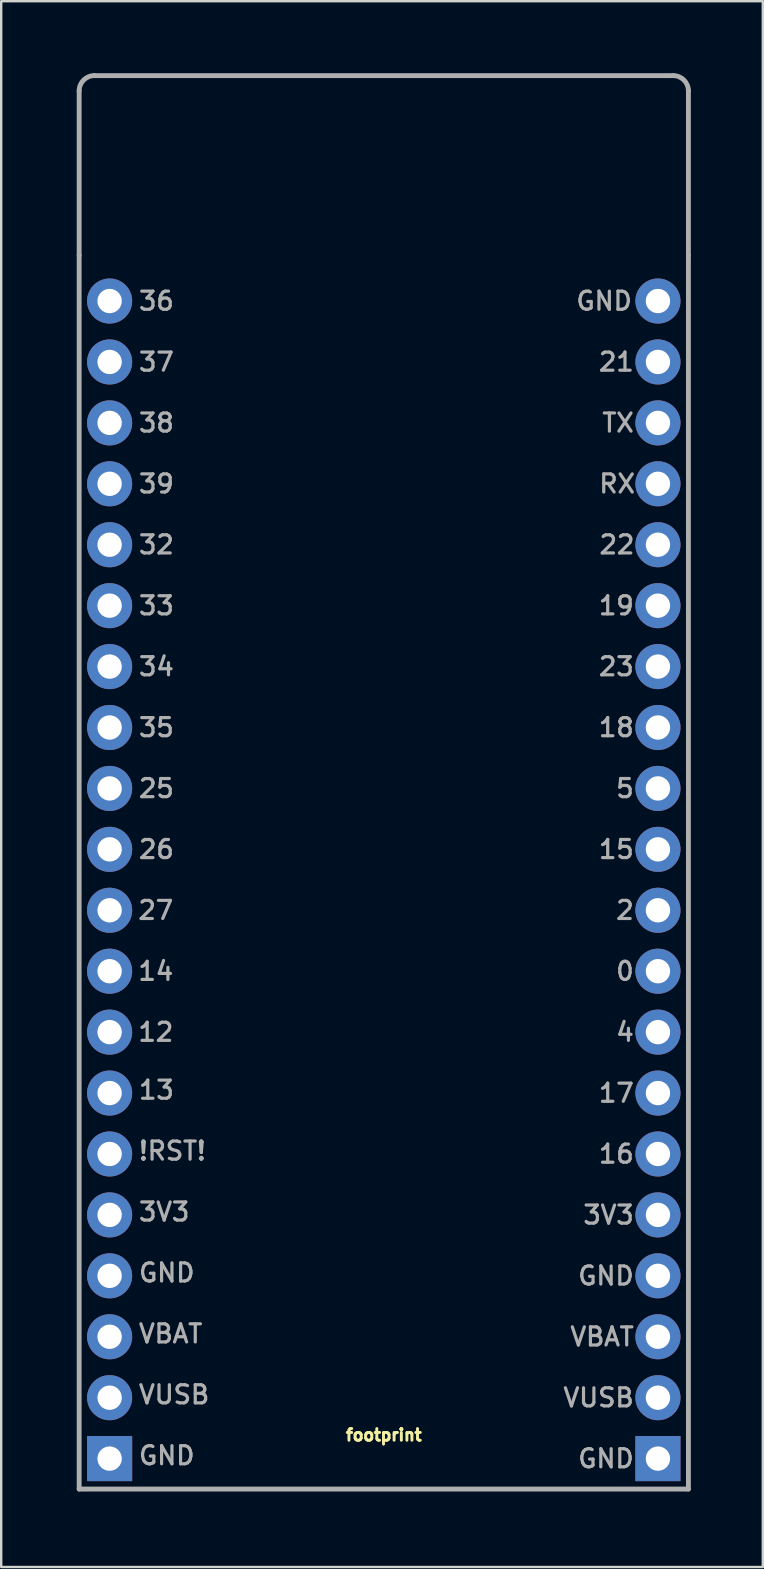
<source format=kicad_pcb>
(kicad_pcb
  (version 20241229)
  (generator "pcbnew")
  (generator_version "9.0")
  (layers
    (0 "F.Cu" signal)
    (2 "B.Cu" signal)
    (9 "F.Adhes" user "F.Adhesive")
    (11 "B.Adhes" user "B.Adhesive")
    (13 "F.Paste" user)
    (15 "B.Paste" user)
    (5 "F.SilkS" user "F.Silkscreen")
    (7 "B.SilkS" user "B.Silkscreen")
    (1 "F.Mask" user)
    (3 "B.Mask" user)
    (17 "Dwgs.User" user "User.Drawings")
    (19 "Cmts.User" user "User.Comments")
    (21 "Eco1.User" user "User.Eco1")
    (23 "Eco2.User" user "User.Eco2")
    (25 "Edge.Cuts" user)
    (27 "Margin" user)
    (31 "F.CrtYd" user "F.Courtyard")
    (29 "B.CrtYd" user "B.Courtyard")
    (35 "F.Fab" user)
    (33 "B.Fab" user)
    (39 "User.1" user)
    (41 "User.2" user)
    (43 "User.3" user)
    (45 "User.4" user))
  (footprint "footprint"
    (layer "F.Cu")
    (at 0.25 59.03)
    (property "Reference" "footprint" (at 12.7 -2.54 0) (layer "F.SilkS") (effects (font (size 0.488 0.488) (thickness 0.122)) (justify top)))
    (fp_line (start 0 -51.435) (end 0 -58.293) (stroke (width 0.203) (type solid)) (layer "F.Fab"))
    (fp_line (start 0 0) (end 0 -51.435) (stroke (width 0.203) (type solid)) (layer "F.Fab"))
    (fp_line (start 0.635 -58.928) (end 24.765 -58.928) (stroke (width 0.203) (type solid)) (layer "F.Fab"))
    (fp_line (start 25.4 -58.293) (end 25.4 -51.435) (stroke (width 0.203) (type solid)) (layer "F.Fab"))
    (fp_line (start 25.4 -51.435) (end 25.4 0) (stroke (width 0.203) (type solid)) (layer "F.Fab"))
    (fp_line (start 25.4 0) (end 0 0) (stroke (width 0.203) (type solid)) (layer "F.Fab"))
    (fp_arc (start 0 -58.293) (mid 0.185987 -58.742013) (end 0.635 -58.928) (stroke (width 0.2032) (type solid)) (layer "F.Fab"))
    (fp_arc (start 24.765 -58.928) (mid 25.214013 -58.742013) (end 25.4 -58.293) (stroke (width 0.2032) (type solid)) (layer "F.Fab"))
    (fp_text user "4" (at 23.203 -19.05 0) (layer "F.Fab") (effects (font (size 0.756 0.756) (thickness 0.133)) (justify right)))
    (fp_text user "19" (at 23.203 -36.83 0) (layer "F.Fab") (effects (font (size 0.756 0.756) (thickness 0.133)) (justify right)))
    (fp_text user "14" (at 2.388 -21.59 0) (layer "F.Fab") (effects (font (size 0.756 0.756) (thickness 0.133)) (justify left)))
    (fp_text user "2" (at 23.203 -24.13 0) (layer "F.Fab") (effects (font (size 0.756 0.756) (thickness 0.133)) (justify right)))
    (fp_text user "38" (at 2.413 -44.45 0) (layer "F.Fab") (effects (font (size 0.756 0.756) (thickness 0.133)) (justify left)))
    (fp_text user "TX" (at 23.203 -44.45 0) (layer "F.Fab") (effects (font (size 0.756 0.756) (thickness 0.133)) (justify right)))
    (fp_text user "37" (at 2.413 -46.99 0) (layer "F.Fab") (effects (font (size 0.756 0.756) (thickness 0.133)) (justify left)))
    (fp_text user "VUSB" (at 2.413 -3.937 0) (layer "F.Fab") (effects (font (size 0.756 0.756) (thickness 0.133)) (justify left)))
    (fp_text user "GND" (at 2.413 -1.397 0) (layer "F.Fab") (effects (font (size 0.756 0.756) (thickness 0.133)) (justify left)))
    (fp_text user "36" (at 2.413 -49.53 0) (layer "F.Fab") (effects (font (size 0.756 0.756) (thickness 0.133)) (justify left)))
    (fp_text user "GND" (at 2.413 -9.017 0) (layer "F.Fab") (effects (font (size 0.756 0.756) (thickness 0.133)) (justify left)))
    (fp_text user "12" (at 2.388 -19.05 0) (layer "F.Fab") (effects (font (size 0.756 0.756) (thickness 0.133)) (justify left)))
    (fp_text user "13" (at 2.413 -16.637 0) (layer "F.Fab") (effects (font (size 0.756 0.756) (thickness 0.133)) (justify left)))
    (fp_text user "22" (at 23.228 -39.37 0) (layer "F.Fab") (effects (font (size 0.756 0.756) (thickness 0.133)) (justify right)))
    (fp_text user "!RST!" (at 2.413 -14.097 0) (layer "F.Fab") (effects (font (size 0.756 0.756) (thickness 0.133)) (justify left)))
    (fp_text user "GND" (at 23.203 -8.89 0) (layer "F.Fab") (effects (font (size 0.756 0.756) (thickness 0.133)) (justify right)))
    (fp_text user "39" (at 2.413 -41.91 0) (layer "F.Fab") (effects (font (size 0.756 0.756) (thickness 0.133)) (justify left)))
    (fp_text user "26" (at 2.413 -26.67 0) (layer "F.Fab") (effects (font (size 0.756 0.756) (thickness 0.133)) (justify left)))
    (fp_text user "0" (at 23.203 -21.59 0) (layer "F.Fab") (effects (font (size 0.756 0.756) (thickness 0.133)) (justify right)))
    (fp_text user "17" (at 23.203 -16.51 0) (layer "F.Fab") (effects (font (size 0.756 0.756) (thickness 0.133)) (justify right)))
    (fp_text user "3V3" (at 2.413 -11.557 0) (layer "F.Fab") (effects (font (size 0.756 0.756) (thickness 0.133)) (justify left)))
    (fp_text user "GND" (at 23.127 -49.53 0) (layer "F.Fab") (effects (font (size 0.756 0.756) (thickness 0.133)) (justify right)))
    (fp_text user "21" (at 23.203 -46.99 0) (layer "F.Fab") (effects (font (size 0.756 0.756) (thickness 0.133)) (justify right)))
    (fp_text user "3V3" (at 23.203 -11.43 0) (layer "F.Fab") (effects (font (size 0.756 0.756) (thickness 0.133)) (justify right)))
    (fp_text user "VUSB" (at 23.203 -3.81 0) (layer "F.Fab") (effects (font (size 0.756 0.756) (thickness 0.133)) (justify right)))
    (fp_text user "34" (at 2.413 -34.29 0) (layer "F.Fab") (effects (font (size 0.756 0.756) (thickness 0.133)) (justify left)))
    (fp_text user "16" (at 23.203 -13.97 0) (layer "F.Fab") (effects (font (size 0.756 0.756) (thickness 0.133)) (justify right)))
    (fp_text user "VBAT" (at 2.413 -6.477 0) (layer "F.Fab") (effects (font (size 0.756 0.756) (thickness 0.133)) (justify left)))
    (fp_text user "18" (at 23.203 -31.75 0) (layer "F.Fab") (effects (font (size 0.756 0.756) (thickness 0.133)) (justify right)))
    (fp_text user "27" (at 2.388 -24.13 0) (layer "F.Fab") (effects (font (size 0.756 0.756) (thickness 0.133)) (justify left)))
    (fp_text user "25" (at 2.413 -29.21 0) (layer "F.Fab") (effects (font (size 0.756 0.756) (thickness 0.133)) (justify left)))
    (fp_text user "15" (at 23.203 -26.67 0) (layer "F.Fab") (effects (font (size 0.756 0.756) (thickness 0.133)) (justify right)))
    (fp_text user "RX" (at 23.254 -41.91 0) (layer "F.Fab") (effects (font (size 0.756 0.756) (thickness 0.133)) (justify right)))
    (fp_text user "23" (at 23.203 -34.29 0) (layer "F.Fab") (effects (font (size 0.756 0.756) (thickness 0.133)) (justify right)))
    (fp_text user "VBAT" (at 23.203 -6.35 0) (layer "F.Fab") (effects (font (size 0.756 0.756) (thickness 0.133)) (justify right)))
    (fp_text user "5" (at 23.203 -29.21 0) (layer "F.Fab") (effects (font (size 0.756 0.756) (thickness 0.133)) (justify right)))
    (fp_text user "35" (at 2.413 -31.75 0) (layer "F.Fab") (effects (font (size 0.756 0.756) (thickness 0.133)) (justify left)))
    (fp_text user "32" (at 2.413 -39.37 0) (layer "F.Fab") (effects (font (size 0.756 0.756) (thickness 0.133)) (justify left)))
    (fp_text user "GND" (at 23.203 -1.27 0) (layer "F.Fab") (effects (font (size 0.756 0.756) (thickness 0.133)) (justify right)))
    (fp_text user "33" (at 2.413 -36.83 0) (layer "F.Fab") (effects (font (size 0.756 0.756) (thickness 0.133)) (justify left)))
    (pad "1" thru_hole rect (at 1.27 -1.27 180) (size 1.88 1.88) (drill 1.016) (layers "*.Cu" "*.Mask"))
    (pad "2" thru_hole circle (at 1.27 -3.81 180) (size 1.88 1.88) (drill 1.016) (layers "*.Cu" "*.Mask"))
    (pad "3" thru_hole circle (at 1.27 -6.35 180) (size 1.88 1.88) (drill 1.016) (layers "*.Cu" "*.Mask"))
    (pad "4" thru_hole circle (at 1.27 -8.89 180) (size 1.88 1.88) (drill 1.016) (layers "*.Cu" "*.Mask"))
    (pad "5" thru_hole circle (at 1.27 -11.43 180) (size 1.88 1.88) (drill 1.016) (layers "*.Cu" "*.Mask"))
    (pad "6" thru_hole circle (at 1.27 -13.97 180) (size 1.88 1.88) (drill 1.016) (layers "*.Cu" "*.Mask"))
    (pad "7" thru_hole circle (at 1.27 -16.51 180) (size 1.88 1.88) (drill 1.016) (layers "*.Cu" "*.Mask"))
    (pad "8" thru_hole circle (at 1.27 -19.05 180) (size 1.88 1.88) (drill 1.016) (layers "*.Cu" "*.Mask"))
    (pad "9" thru_hole circle (at 1.27 -21.59 180) (size 1.88 1.88) (drill 1.016) (layers "*.Cu" "*.Mask"))
    (pad "10" thru_hole circle (at 1.27 -24.13 180) (size 1.88 1.88) (drill 1.016) (layers "*.Cu" "*.Mask"))
    (pad "11" thru_hole circle (at 1.27 -26.67 180) (size 1.88 1.88) (drill 1.016) (layers "*.Cu" "*.Mask"))
    (pad "12" thru_hole circle (at 1.27 -29.21 180) (size 1.88 1.88) (drill 1.016) (layers "*.Cu" "*.Mask"))
    (pad "13" thru_hole circle (at 1.27 -31.75 180) (size 1.88 1.88) (drill 1.016) (layers "*.Cu" "*.Mask"))
    (pad "14" thru_hole circle (at 1.27 -34.29 180) (size 1.88 1.88) (drill 1.016) (layers "*.Cu" "*.Mask"))
    (pad "15" thru_hole circle (at 1.27 -36.83 180) (size 1.88 1.88) (drill 1.016) (layers "*.Cu" "*.Mask"))
    (pad "16" thru_hole circle (at 1.27 -39.37 180) (size 1.88 1.88) (drill 1.016) (layers "*.Cu" "*.Mask"))
    (pad "17" thru_hole circle (at 1.27 -41.91 180) (size 1.88 1.88) (drill 1.016) (layers "*.Cu" "*.Mask"))
    (pad "18" thru_hole circle (at 1.27 -44.45 180) (size 1.88 1.88) (drill 1.016) (layers "*.Cu" "*.Mask"))
    (pad "19" thru_hole circle (at 1.27 -46.99 180) (size 1.88 1.88) (drill 1.016) (layers "*.Cu" "*.Mask"))
    (pad "20" thru_hole circle (at 1.27 -49.53 180) (size 1.88 1.88) (drill 1.016) (layers "*.Cu" "*.Mask"))
    (pad "21" thru_hole circle (at 24.13 -49.53 180) (size 1.88 1.88) (drill 1.016) (layers "*.Cu" "*.Mask"))
    (pad "22" thru_hole circle (at 24.13 -46.99 180) (size 1.88 1.88) (drill 1.016) (layers "*.Cu" "*.Mask"))
    (pad "23" thru_hole circle (at 24.13 -44.45 180) (size 1.88 1.88) (drill 1.016) (layers "*.Cu" "*.Mask"))
    (pad "24" thru_hole circle (at 24.13 -41.91 180) (size 1.88 1.88) (drill 1.016) (layers "*.Cu" "*.Mask"))
    (pad "25" thru_hole circle (at 24.13 -39.37 180) (size 1.88 1.88) (drill 1.016) (layers "*.Cu" "*.Mask"))
    (pad "26" thru_hole circle (at 24.13 -36.83 180) (size 1.88 1.88) (drill 1.016) (layers "*.Cu" "*.Mask"))
    (pad "27" thru_hole circle (at 24.13 -34.29 180) (size 1.88 1.88) (drill 1.016) (layers "*.Cu" "*.Mask"))
    (pad "28" thru_hole circle (at 24.13 -31.75 180) (size 1.88 1.88) (drill 1.016) (layers "*.Cu" "*.Mask"))
    (pad "29" thru_hole circle (at 24.13 -29.21 180) (size 1.88 1.88) (drill 1.016) (layers "*.Cu" "*.Mask"))
    (pad "30" thru_hole circle (at 24.13 -26.67 180) (size 1.88 1.88) (drill 1.016) (layers "*.Cu" "*.Mask"))
    (pad "31" thru_hole circle (at 24.13 -24.13 180) (size 1.88 1.88) (drill 1.016) (layers "*.Cu" "*.Mask"))
    (pad "32" thru_hole circle (at 24.13 -21.59 180) (size 1.88 1.88) (drill 1.016) (layers "*.Cu" "*.Mask"))
    (pad "33" thru_hole circle (at 24.13 -19.05 180) (size 1.88 1.88) (drill 1.016) (layers "*.Cu" "*.Mask"))
    (pad "34" thru_hole circle (at 24.13 -16.51 180) (size 1.88 1.88) (drill 1.016) (layers "*.Cu" "*.Mask"))
    (pad "35" thru_hole circle (at 24.13 -13.97 180) (size 1.88 1.88) (drill 1.016) (layers "*.Cu" "*.Mask"))
    (pad "36" thru_hole circle (at 24.13 -11.43 180) (size 1.88 1.88) (drill 1.016) (layers "*.Cu" "*.Mask"))
    (pad "37" thru_hole circle (at 24.13 -8.89 180) (size 1.88 1.88) (drill 1.016) (layers "*.Cu" "*.Mask"))
    (pad "38" thru_hole circle (at 24.13 -6.35 180) (size 1.88 1.88) (drill 1.016) (layers "*.Cu" "*.Mask"))
    (pad "39" thru_hole circle (at 24.13 -3.81 180) (size 1.88 1.88) (drill 1.016) (layers "*.Cu" "*.Mask"))
    (pad "40" thru_hole rect (at 24.13 -1.27 180) (size 1.88 1.88) (drill 1.016) (layers "*.Cu" "*.Mask")))
  (gr_rect
    (start -3 -3)
    (end 28.752 62.28)
    (stroke (width 0.1) (type default))
    (fill no)
    (layer "Edge.Cuts")))
</source>
